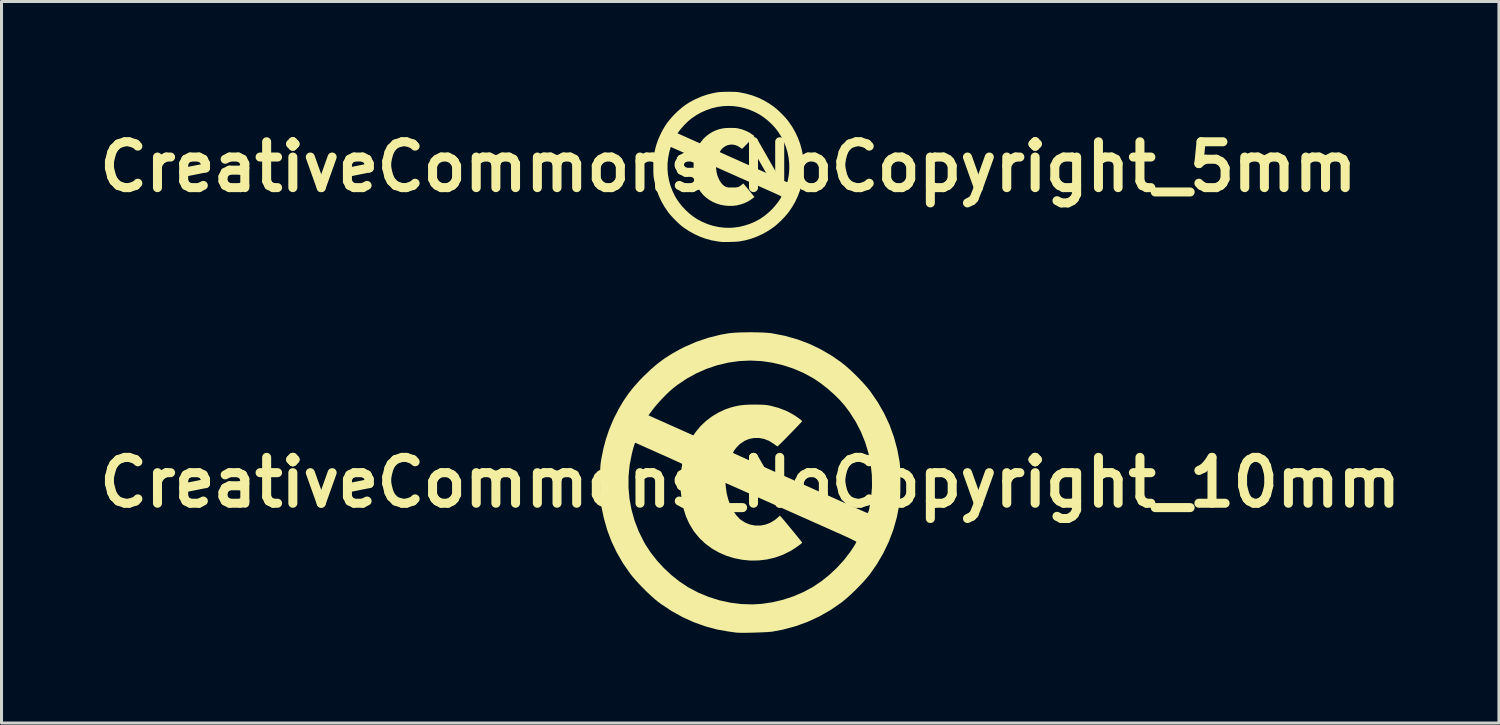
<source format=kicad_pcb>
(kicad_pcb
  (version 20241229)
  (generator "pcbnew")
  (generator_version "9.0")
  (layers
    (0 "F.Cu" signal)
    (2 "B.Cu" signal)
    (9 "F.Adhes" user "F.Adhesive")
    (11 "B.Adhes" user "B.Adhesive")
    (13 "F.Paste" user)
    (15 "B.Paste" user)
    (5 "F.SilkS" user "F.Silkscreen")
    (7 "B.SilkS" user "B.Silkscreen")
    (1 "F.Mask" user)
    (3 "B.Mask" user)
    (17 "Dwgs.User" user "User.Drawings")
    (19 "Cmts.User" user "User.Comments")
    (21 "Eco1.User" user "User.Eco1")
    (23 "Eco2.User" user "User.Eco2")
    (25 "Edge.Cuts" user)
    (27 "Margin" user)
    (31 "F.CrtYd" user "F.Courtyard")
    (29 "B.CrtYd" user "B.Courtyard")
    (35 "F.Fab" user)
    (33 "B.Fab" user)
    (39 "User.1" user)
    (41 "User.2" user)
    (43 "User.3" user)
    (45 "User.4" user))
  (footprint "CreativeCommons_NoCopyright_10mm"
    (layer "F.Cu")
    (at 21.888 12.988)
    (property "Reference" "CreativeCommons_NoCopyright_10mm" (at 0 0 0) (layer "F.SilkS") (effects (font (size 1.524 1.524) (thickness 0.3))))
    (attr board_only exclude_from_pos_files exclude_from_bom)
    (fp_poly (pts (xy 0.221 -4.991) (xy 0.392 -4.986) (xy 0.545 -4.977) (xy 0.674 -4.966) (xy 0.727 -4.958) (xy 1.155 -4.875) (xy 1.566 -4.758) (xy 1.962 -4.61) (xy 2.344 -4.427) (xy 2.712 -4.212) (xy 3.027 -3.993) (xy 3.158 -3.888) (xy 3.302 -3.762) (xy 3.453 -3.62) (xy 3.604 -3.47) (xy 3.747 -3.318) (xy 3.876 -3.173) (xy 3.983 -3.041) (xy 3.993 -3.027) (xy 4.238 -2.67) (xy 4.45 -2.3) (xy 4.629 -1.917) (xy 4.774 -1.519) (xy 4.886 -1.106) (xy 4.958 -0.727) (xy 4.969 -0.65) (xy 4.977 -0.569) (xy 4.983 -0.477) (xy 4.987 -0.37) (xy 4.99 -0.24) (xy 4.991 -0.082) (xy 4.991 0) (xy 4.99 0.172) (xy 4.989 0.314) (xy 4.985 0.431) (xy 4.98 0.529) (xy 4.973 0.615) (xy 4.964 0.693) (xy 4.958 0.727) (xy 4.874 1.155) (xy 4.758 1.567) (xy 4.608 1.964) (xy 4.425 2.347) (xy 4.209 2.716) (xy 3.986 3.036) (xy 3.886 3.16) (xy 3.765 3.299) (xy 3.627 3.445) (xy 3.481 3.591) (xy 3.334 3.732) (xy 3.192 3.859) (xy 3.062 3.966) (xy 3.027 3.993) (xy 2.669 4.239) (xy 2.297 4.452) (xy 1.911 4.631) (xy 1.511 4.776) (xy 1.097 4.888) (xy 0.745 4.956) (xy 0.68 4.963) (xy 0.587 4.971) (xy 0.472 4.977) (xy 0.341 4.983) (xy 0.202 4.988) (xy 0.061 4.992) (xy -0.077 4.995) (xy -0.205 4.996) (xy -0.315 4.996) (xy -0.403 4.994) (xy -0.461 4.99) (xy -0.464 4.989) (xy -0.503 4.984) (xy -0.569 4.975) (xy -0.652 4.964) (xy -0.736 4.952) (xy -1.12 4.883) (xy -1.503 4.779) (xy -1.882 4.642) (xy -2.253 4.473) (xy -2.612 4.274) (xy -2.956 4.046) (xy -3.059 3.97) (xy -3.172 3.879) (xy -3.299 3.765) (xy -3.436 3.636) (xy -3.574 3.498) (xy -3.709 3.358) (xy -3.832 3.222) (xy -3.938 3.097) (xy -3.993 3.027) (xy -4.231 2.683) (xy -4.435 2.331) (xy -4.609 1.966) (xy -4.752 1.586) (xy -4.866 1.187) (xy -4.949 0.789) (xy -4.961 0.717) (xy -4.971 0.65) (xy -4.978 0.582) (xy -4.983 0.508) (xy -4.986 0.422) (xy -4.989 0.318) (xy -4.99 0.19) (xy -4.99 0.165) (xy -4.047 0.165) (xy -4.014 0.539) (xy -3.946 0.908) (xy -3.844 1.27) (xy -3.708 1.624) (xy -3.537 1.967) (xy -3.485 2.06) (xy -3.307 2.331) (xy -3.099 2.596) (xy -2.867 2.848) (xy -2.615 3.082) (xy -2.351 3.292) (xy -2.08 3.472) (xy -2.06 3.485) (xy -1.726 3.661) (xy -1.379 3.805) (xy -1.022 3.917) (xy -0.657 3.996) (xy -0.289 4.041) (xy 0.08 4.052) (xy 0.374 4.035) (xy 0.732 3.983) (xy 1.088 3.899) (xy 1.437 3.784) (xy 1.772 3.64) (xy 2.083 3.472) (xy 2.36 3.286) (xy 2.629 3.071) (xy 2.883 2.833) (xy 3.117 2.577) (xy 3.323 2.309) (xy 3.423 2.16) (xy 3.466 2.091) (xy 3.5 2.031) (xy 3.522 1.989) (xy 3.527 1.973) (xy 3.511 1.96) (xy 3.466 1.935) (xy 3.395 1.9) (xy 3.303 1.855) (xy 3.194 1.804) (xy 3.071 1.748) (xy 3.005 1.718) (xy 2.91 1.676) (xy 2.785 1.621) (xy 2.634 1.553) (xy 2.46 1.476) (xy 2.266 1.389) (xy 2.056 1.296) (xy 1.833 1.196) (xy 1.6 1.093) (xy 1.361 0.986) (xy 1.12 0.879) (xy 0.891 0.777) (xy 0.663 0.675) (xy 0.443 0.577) (xy 0.234 0.484) (xy 0.038 0.397) (xy -0.142 0.317) (xy -0.303 0.245) (xy -0.445 0.182) (xy -0.563 0.13) (xy -0.656 0.088) (xy -0.722 0.059) (xy -0.757 0.044) (xy -0.762 0.042) (xy -0.824 0.015) (xy -0.811 0.161) (xy -0.782 0.366) (xy -0.731 0.566) (xy -0.66 0.756) (xy -0.573 0.929) (xy -0.471 1.08) (xy -0.357 1.204) (xy -0.318 1.237) (xy -0.168 1.334) (xy -0.007 1.398) (xy 0.162 1.431) (xy 0.334 1.431) (xy 0.505 1.4) (xy 0.669 1.337) (xy 0.823 1.243) (xy 0.894 1.184) (xy 0.984 1.103) (xy 1.027 1.147) (xy 1.051 1.174) (xy 1.093 1.223) (xy 1.149 1.289) (xy 1.215 1.369) (xy 1.289 1.458) (xy 1.367 1.552) (xy 1.445 1.647) (xy 1.52 1.739) (xy 1.588 1.823) (xy 1.646 1.896) (xy 1.691 1.952) (xy 1.719 1.988) (xy 1.727 2) (xy 1.712 2.017) (xy 1.673 2.05) (xy 1.616 2.093) (xy 1.547 2.142) (xy 1.473 2.192) (xy 1.401 2.239) (xy 1.336 2.278) (xy 1.085 2.403) (xy 0.823 2.497) (xy 0.554 2.559) (xy 0.28 2.592) (xy 0.005 2.595) (xy -0.268 2.569) (xy -0.536 2.515) (xy -0.796 2.434) (xy -1.044 2.326) (xy -1.278 2.192) (xy -1.494 2.032) (xy -1.689 1.848) (xy -1.86 1.64) (xy -1.9 1.582) (xy -2.031 1.361) (xy -2.136 1.127) (xy -2.216 0.877) (xy -2.273 0.605) (xy -2.308 0.308) (xy -2.31 0.292) (xy -2.316 0.157) (xy -2.317 0.009) (xy -2.314 -0.142) (xy -2.305 -0.286) (xy -2.293 -0.416) (xy -2.276 -0.52) (xy -2.273 -0.536) (xy -2.265 -0.585) (xy -2.267 -0.617) (xy -2.269 -0.622) (xy -2.288 -0.631) (xy -2.336 -0.655) (xy -2.412 -0.689) (xy -2.51 -0.734) (xy -2.628 -0.788) (xy -2.763 -0.849) (xy -2.911 -0.915) (xy -3.055 -0.979) (xy -3.827 -1.324) (xy -3.859 -1.233) (xy -3.877 -1.175) (xy -3.9 -1.094) (xy -3.923 -1.005) (xy -3.935 -0.957) (xy -4.008 -0.585) (xy -4.045 -0.21) (xy -4.047 0.165) (xy -4.99 0.165) (xy -4.99 0.032) (xy -4.99 0) (xy -4.99 -0.164) (xy -4.989 -0.297) (xy -4.987 -0.405) (xy -4.984 -0.494) (xy -4.979 -0.57) (xy -4.972 -0.638) (xy -4.963 -0.704) (xy -4.952 -0.775) (xy -4.949 -0.789) (xy -4.881 -1.128) (xy -4.797 -1.443) (xy -4.695 -1.745) (xy -4.571 -2.044) (xy -4.511 -2.173) (xy -4.48 -2.232) (xy -3.383 -2.232) (xy -2.796 -1.969) (xy -2.652 -1.905) (xy -2.511 -1.842) (xy -2.378 -1.783) (xy -2.26 -1.73) (xy -2.161 -1.686) (xy -2.086 -1.652) (xy -2.051 -1.637) (xy -1.892 -1.566) (xy -1.807 -1.686) (xy -1.656 -1.869) (xy -1.476 -2.04) (xy -1.274 -2.194) (xy -1.056 -2.325) (xy -0.829 -2.431) (xy -0.664 -2.488) (xy -0.531 -2.524) (xy -0.409 -2.551) (xy -0.287 -2.57) (xy -0.158 -2.582) (xy -0.011 -2.588) (xy 0.145 -2.589) (xy 0.28 -2.588) (xy 0.387 -2.586) (xy 0.474 -2.581) (xy 0.549 -2.573) (xy 0.62 -2.562) (xy 0.687 -2.548) (xy 0.945 -2.479) (xy 1.185 -2.386) (xy 1.322 -2.318) (xy 1.399 -2.275) (xy 1.48 -2.226) (xy 1.557 -2.175) (xy 1.626 -2.126) (xy 1.68 -2.084) (xy 1.715 -2.052) (xy 1.723 -2.036) (xy 1.709 -2.018) (xy 1.674 -1.978) (xy 1.62 -1.921) (xy 1.552 -1.85) (xy 1.474 -1.768) (xy 1.388 -1.68) (xy 1.3 -1.59) (xy 1.213 -1.5) (xy 1.13 -1.416) (xy 1.054 -1.34) (xy 0.991 -1.277) (xy 0.943 -1.231) (xy 0.915 -1.205) (xy 0.908 -1.2) (xy 0.888 -1.21) (xy 0.846 -1.238) (xy 0.792 -1.277) (xy 0.775 -1.289) (xy 0.621 -1.385) (xy 0.459 -1.449) (xy 0.291 -1.48) (xy 0.124 -1.479) (xy -0.039 -1.446) (xy -0.194 -1.381) (xy -0.336 -1.284) (xy -0.361 -1.263) (xy -0.415 -1.209) (xy -0.469 -1.149) (xy -0.515 -1.089) (xy -0.55 -1.036) (xy -0.569 -0.997) (xy -0.568 -0.98) (xy -0.55 -0.971) (xy -0.501 -0.949) (xy -0.423 -0.913) (xy -0.318 -0.866) (xy -0.189 -0.807) (xy -0.037 -0.739) (xy 0.134 -0.662) (xy 0.324 -0.577) (xy 0.529 -0.485) (xy 0.748 -0.387) (xy 0.979 -0.284) (xy 1.209 -0.182) (xy 1.46 -0.07) (xy 1.708 0.041) (xy 1.952 0.15) (xy 2.189 0.256) (xy 2.415 0.356) (xy 2.627 0.451) (xy 2.822 0.539) (xy 2.999 0.618) (xy 3.152 0.686) (xy 3.281 0.744) (xy 3.381 0.789) (xy 3.427 0.81) (xy 3.547 0.864) (xy 3.657 0.912) (xy 3.752 0.954) (xy 3.827 0.987) (xy 3.879 1.008) (xy 3.902 1.016) (xy 3.903 1.017) (xy 3.916 1.001) (xy 3.933 0.958) (xy 3.951 0.895) (xy 3.954 0.88) (xy 4.019 0.506) (xy 4.048 0.131) (xy 4.043 -0.244) (xy 4.002 -0.615) (xy 3.928 -0.981) (xy 3.82 -1.338) (xy 3.679 -1.686) (xy 3.506 -2.021) (xy 3.301 -2.341) (xy 3.14 -2.555) (xy 2.973 -2.745) (xy 2.779 -2.936) (xy 2.569 -3.121) (xy 2.351 -3.292) (xy 2.134 -3.441) (xy 2.083 -3.472) (xy 1.772 -3.64) (xy 1.44 -3.783) (xy 1.094 -3.897) (xy 0.74 -3.982) (xy 0.385 -4.034) (xy 0.374 -4.035) (xy 0.004 -4.053) (xy -0.366 -4.036) (xy -0.733 -3.984) (xy -1.095 -3.898) (xy -1.449 -3.779) (xy -1.792 -3.628) (xy -2.121 -3.446) (xy -2.434 -3.234) (xy -2.555 -3.14) (xy -2.665 -3.045) (xy -2.788 -2.928) (xy -2.916 -2.798) (xy -3.04 -2.664) (xy -3.154 -2.533) (xy -3.246 -2.416) (xy -3.383 -2.232) (xy -4.48 -2.232) (xy -4.367 -2.452) (xy -4.218 -2.705) (xy -4.057 -2.941) (xy -3.878 -3.169) (xy -3.675 -3.396) (xy -3.537 -3.537) (xy -3.306 -3.758) (xy -3.08 -3.951) (xy -2.851 -4.122) (xy -2.609 -4.277) (xy -2.347 -4.423) (xy -2.173 -4.511) (xy -1.79 -4.677) (xy -1.4 -4.809) (xy -0.997 -4.91) (xy -0.736 -4.957) (xy -0.622 -4.97) (xy -0.48 -4.981) (xy -0.317 -4.988) (xy -0.141 -4.992) (xy 0.041 -4.993)) (stroke (width 0) (type solid)) (fill yes) (layer "F.SilkS")))
  (footprint "CreativeCommons_NoCopyright_5mm"
    (layer "F.Cu")
    (at 21.162 2.497)
    (property "Reference" "CreativeCommons_NoCopyright_5mm" (at 0 0 0) (layer "F.SilkS") (effects (font (size 1.524 1.524) (thickness 0.3))))
    (attr board_only exclude_from_pos_files exclude_from_bom)
    (fp_poly (pts (xy 0.111 -2.496) (xy 0.196 -2.493) (xy 0.273 -2.489) (xy 0.337 -2.483) (xy 0.364 -2.479) (xy 0.577 -2.437) (xy 0.783 -2.379) (xy 0.981 -2.305) (xy 1.172 -2.214) (xy 1.356 -2.106) (xy 1.514 -1.996) (xy 1.579 -1.944) (xy 1.651 -1.881) (xy 1.726 -1.81) (xy 1.802 -1.735) (xy 1.873 -1.659) (xy 1.938 -1.586) (xy 1.991 -1.52) (xy 1.996 -1.514) (xy 2.119 -1.335) (xy 2.225 -1.15) (xy 2.314 -0.959) (xy 2.387 -0.76) (xy 2.443 -0.553) (xy 2.479 -0.364) (xy 2.485 -0.325) (xy 2.489 -0.285) (xy 2.492 -0.239) (xy 2.494 -0.185) (xy 2.495 -0.12) (xy 2.495 -0.041) (xy 2.495 0) (xy 2.495 0.086) (xy 2.494 0.157) (xy 2.493 0.216) (xy 2.49 0.265) (xy 2.486 0.307) (xy 2.482 0.346) (xy 2.479 0.364) (xy 2.437 0.578) (xy 2.379 0.784) (xy 2.304 0.982) (xy 2.213 1.174) (xy 2.104 1.358) (xy 1.993 1.518) (xy 1.943 1.58) (xy 1.882 1.649) (xy 1.814 1.722) (xy 1.741 1.796) (xy 1.667 1.866) (xy 1.596 1.929) (xy 1.531 1.983) (xy 1.514 1.996) (xy 1.334 2.12) (xy 1.148 2.226) (xy 0.955 2.315) (xy 0.756 2.388) (xy 0.549 2.444) (xy 0.373 2.478) (xy 0.34 2.482) (xy 0.293 2.485) (xy 0.236 2.489) (xy 0.171 2.492) (xy 0.101 2.494) (xy 0.03 2.496) (xy -0.039 2.497) (xy -0.102 2.498) (xy -0.158 2.498) (xy -0.201 2.497) (xy -0.231 2.495) (xy -0.232 2.495) (xy -0.251 2.492) (xy -0.284 2.487) (xy -0.326 2.482) (xy -0.368 2.476) (xy -0.56 2.442) (xy -0.752 2.39) (xy -0.941 2.321) (xy -1.126 2.236) (xy -1.306 2.137) (xy -1.478 2.023) (xy -1.53 1.985) (xy -1.586 1.939) (xy -1.65 1.883) (xy -1.718 1.818) (xy -1.787 1.749) (xy -1.854 1.679) (xy -1.916 1.611) (xy -1.969 1.549) (xy -1.996 1.514) (xy -2.115 1.342) (xy -2.218 1.165) (xy -2.304 0.983) (xy -2.376 0.793) (xy -2.433 0.594) (xy -2.475 0.394) (xy -2.481 0.358) (xy -2.485 0.325) (xy -2.489 0.291) (xy -2.491 0.254) (xy -2.493 0.211) (xy -2.494 0.159) (xy -2.495 0.095) (xy -2.495 0.083) (xy -2.024 0.083) (xy -2.007 0.269) (xy -1.973 0.454) (xy -1.922 0.635) (xy -1.854 0.812) (xy -1.769 0.984) (xy -1.742 1.03) (xy -1.654 1.165) (xy -1.55 1.298) (xy -1.433 1.424) (xy -1.308 1.541) (xy -1.176 1.646) (xy -1.04 1.736) (xy -1.03 1.742) (xy -0.863 1.83) (xy -0.69 1.903) (xy -0.511 1.959) (xy -0.329 1.998) (xy -0.144 2.021) (xy 0.04 2.026) (xy 0.187 2.018) (xy 0.366 1.992) (xy 0.544 1.949) (xy 0.719 1.892) (xy 0.886 1.82) (xy 1.042 1.736) (xy 1.18 1.643) (xy 1.314 1.536) (xy 1.442 1.416) (xy 1.558 1.288) (xy 1.662 1.155) (xy 1.711 1.08) (xy 1.733 1.045) (xy 1.75 1.015) (xy 1.761 0.994) (xy 1.764 0.986) (xy 1.756 0.98) (xy 1.733 0.968) (xy 1.698 0.95) (xy 1.652 0.928) (xy 1.597 0.902) (xy 1.535 0.874) (xy 1.502 0.859) (xy 1.455 0.838) (xy 1.393 0.81) (xy 1.317 0.777) (xy 1.23 0.738) (xy 1.133 0.695) (xy 1.028 0.648) (xy 0.916 0.598) (xy 0.8 0.546) (xy 0.681 0.493) (xy 0.56 0.439) (xy 0.445 0.388) (xy 0.331 0.338) (xy 0.221 0.289) (xy 0.117 0.242) (xy 0.019 0.199) (xy -0.071 0.159) (xy -0.152 0.123) (xy -0.222 0.091) (xy -0.282 0.065) (xy -0.328 0.044) (xy -0.361 0.03) (xy -0.379 0.022) (xy -0.381 0.021) (xy -0.412 0.008) (xy -0.406 0.081) (xy -0.391 0.183) (xy -0.366 0.283) (xy -0.33 0.378) (xy -0.286 0.464) (xy -0.235 0.54) (xy -0.179 0.602) (xy -0.159 0.618) (xy -0.084 0.667) (xy -0.003 0.699) (xy 0.081 0.715) (xy 0.167 0.716) (xy 0.252 0.7) (xy 0.334 0.669) (xy 0.412 0.621) (xy 0.447 0.592) (xy 0.492 0.552) (xy 0.514 0.574) (xy 0.526 0.587) (xy 0.547 0.611) (xy 0.574 0.645) (xy 0.608 0.684) (xy 0.645 0.729) (xy 0.683 0.776) (xy 0.722 0.824) (xy 0.76 0.87) (xy 0.794 0.912) (xy 0.823 0.948) (xy 0.845 0.976) (xy 0.859 0.994) (xy 0.863 1) (xy 0.856 1.009) (xy 0.836 1.025) (xy 0.808 1.047) (xy 0.774 1.071) (xy 0.737 1.096) (xy 0.701 1.12) (xy 0.668 1.139) (xy 0.543 1.202) (xy 0.412 1.248) (xy 0.277 1.28) (xy 0.14 1.296) (xy 0.002 1.297) (xy -0.134 1.284) (xy -0.268 1.258) (xy -0.398 1.217) (xy -0.522 1.163) (xy -0.639 1.096) (xy -0.747 1.016) (xy -0.845 0.924) (xy -0.93 0.82) (xy -0.95 0.791) (xy -1.016 0.68) (xy -1.068 0.564) (xy -1.108 0.438) (xy -1.137 0.303) (xy -1.154 0.154) (xy -1.155 0.146) (xy -1.158 0.078) (xy -1.159 0.005) (xy -1.157 -0.071) (xy -1.153 -0.143) (xy -1.146 -0.208) (xy -1.138 -0.26) (xy -1.136 -0.268) (xy -1.133 -0.292) (xy -1.133 -0.309) (xy -1.135 -0.311) (xy -1.144 -0.316) (xy -1.168 -0.327) (xy -1.206 -0.345) (xy -1.255 -0.367) (xy -1.314 -0.394) (xy -1.382 -0.424) (xy -1.456 -0.458) (xy -1.527 -0.49) (xy -1.914 -0.662) (xy -1.929 -0.616) (xy -1.938 -0.587) (xy -1.95 -0.547) (xy -1.962 -0.502) (xy -1.968 -0.479) (xy -2.004 -0.292) (xy -2.023 -0.105) (xy -2.024 0.083) (xy -2.495 0.083) (xy -2.495 0.016) (xy -2.495 0) (xy -2.495 -0.082) (xy -2.494 -0.148) (xy -2.493 -0.202) (xy -2.492 -0.247) (xy -2.489 -0.285) (xy -2.486 -0.319) (xy -2.482 -0.352) (xy -2.476 -0.387) (xy -2.475 -0.394) (xy -2.44 -0.564) (xy -2.399 -0.722) (xy -2.347 -0.873) (xy -2.285 -1.022) (xy -2.255 -1.086) (xy -2.24 -1.116) (xy -1.692 -1.116) (xy -1.398 -0.985) (xy -1.326 -0.952) (xy -1.255 -0.921) (xy -1.189 -0.891) (xy -1.13 -0.865) (xy -1.08 -0.843) (xy -1.043 -0.826) (xy -1.025 -0.818) (xy -0.946 -0.783) (xy -0.903 -0.843) (xy -0.828 -0.935) (xy -0.738 -1.02) (xy -0.637 -1.097) (xy -0.528 -1.163) (xy -0.415 -1.215) (xy -0.332 -1.244) (xy -0.265 -1.262) (xy -0.204 -1.276) (xy -0.144 -1.285) (xy -0.079 -1.291) (xy -0.005 -1.294) (xy 0.073 -1.295) (xy 0.14 -1.294) (xy 0.193 -1.293) (xy 0.237 -1.291) (xy 0.274 -1.287) (xy 0.31 -1.281) (xy 0.344 -1.274) (xy 0.473 -1.24) (xy 0.592 -1.193) (xy 0.661 -1.159) (xy 0.7 -1.138) (xy 0.74 -1.113) (xy 0.778 -1.087) (xy 0.813 -1.063) (xy 0.84 -1.042) (xy 0.857 -1.026) (xy 0.862 -1.018) (xy 0.855 -1.009) (xy 0.837 -0.989) (xy 0.81 -0.961) (xy 0.776 -0.925) (xy 0.737 -0.884) (xy 0.694 -0.84) (xy 0.65 -0.795) (xy 0.606 -0.75) (xy 0.565 -0.708) (xy 0.527 -0.67) (xy 0.496 -0.639) (xy 0.472 -0.615) (xy 0.457 -0.602) (xy 0.454 -0.6) (xy 0.444 -0.605) (xy 0.423 -0.619) (xy 0.396 -0.638) (xy 0.388 -0.645) (xy 0.311 -0.692) (xy 0.229 -0.724) (xy 0.146 -0.74) (xy 0.062 -0.74) (xy -0.02 -0.723) (xy -0.097 -0.691) (xy -0.168 -0.642) (xy -0.18 -0.632) (xy -0.208 -0.605) (xy -0.234 -0.574) (xy -0.257 -0.545) (xy -0.275 -0.518) (xy -0.284 -0.499) (xy -0.284 -0.49) (xy -0.275 -0.486) (xy -0.25 -0.474) (xy -0.211 -0.456) (xy -0.159 -0.433) (xy -0.094 -0.404) (xy -0.019 -0.37) (xy 0.067 -0.331) (xy 0.162 -0.289) (xy 0.265 -0.243) (xy 0.374 -0.194) (xy 0.489 -0.142) (xy 0.605 -0.091) (xy 0.73 -0.035) (xy 0.854 0.021) (xy 0.976 0.075) (xy 1.094 0.128) (xy 1.207 0.178) (xy 1.313 0.226) (xy 1.411 0.269) (xy 1.499 0.309) (xy 1.576 0.343) (xy 1.64 0.372) (xy 1.69 0.394) (xy 1.714 0.405) (xy 1.774 0.432) (xy 1.829 0.456) (xy 1.876 0.477) (xy 1.914 0.493) (xy 1.94 0.504) (xy 1.951 0.508) (xy 1.951 0.508) (xy 1.958 0.5) (xy 1.967 0.479) (xy 1.975 0.447) (xy 1.977 0.44) (xy 2.01 0.253) (xy 2.024 0.065) (xy 2.021 -0.122) (xy 2.001 -0.307) (xy 1.964 -0.49) (xy 1.91 -0.669) (xy 1.84 -0.843) (xy 1.753 -1.01) (xy 1.651 -1.171) (xy 1.57 -1.277) (xy 1.486 -1.372) (xy 1.39 -1.468) (xy 1.285 -1.561) (xy 1.175 -1.646) (xy 1.067 -1.72) (xy 1.042 -1.736) (xy 0.886 -1.82) (xy 0.72 -1.891) (xy 0.547 -1.949) (xy 0.37 -1.991) (xy 0.193 -2.017) (xy 0.187 -2.018) (xy 0.002 -2.027) (xy -0.183 -2.018) (xy -0.366 -1.992) (xy -0.547 -1.949) (xy -0.724 -1.889) (xy -0.896 -1.814) (xy -1.061 -1.723) (xy -1.217 -1.617) (xy -1.277 -1.57) (xy -1.332 -1.522) (xy -1.394 -1.464) (xy -1.458 -1.399) (xy -1.52 -1.332) (xy -1.577 -1.266) (xy -1.623 -1.208) (xy -1.692 -1.116) (xy -2.24 -1.116) (xy -2.184 -1.226) (xy -2.109 -1.353) (xy -2.029 -1.471) (xy -1.939 -1.584) (xy -1.838 -1.698) (xy -1.769 -1.769) (xy -1.653 -1.879) (xy -1.54 -1.975) (xy -1.425 -2.061) (xy -1.305 -2.139) (xy -1.173 -2.212) (xy -1.086 -2.255) (xy -0.895 -2.338) (xy -0.7 -2.405) (xy -0.498 -2.455) (xy -0.368 -2.478) (xy -0.311 -2.485) (xy -0.24 -2.49) (xy -0.158 -2.494) (xy -0.07 -2.496) (xy 0.021 -2.497)) (stroke (width 0) (type solid)) (fill yes) (layer "F.SilkS")))
  (gr_rect
    (start -3 -3)
    (end 46.775 20.984)
    (stroke (width 0.1) (type default))
    (fill no)
    (layer "Edge.Cuts")))
</source>
